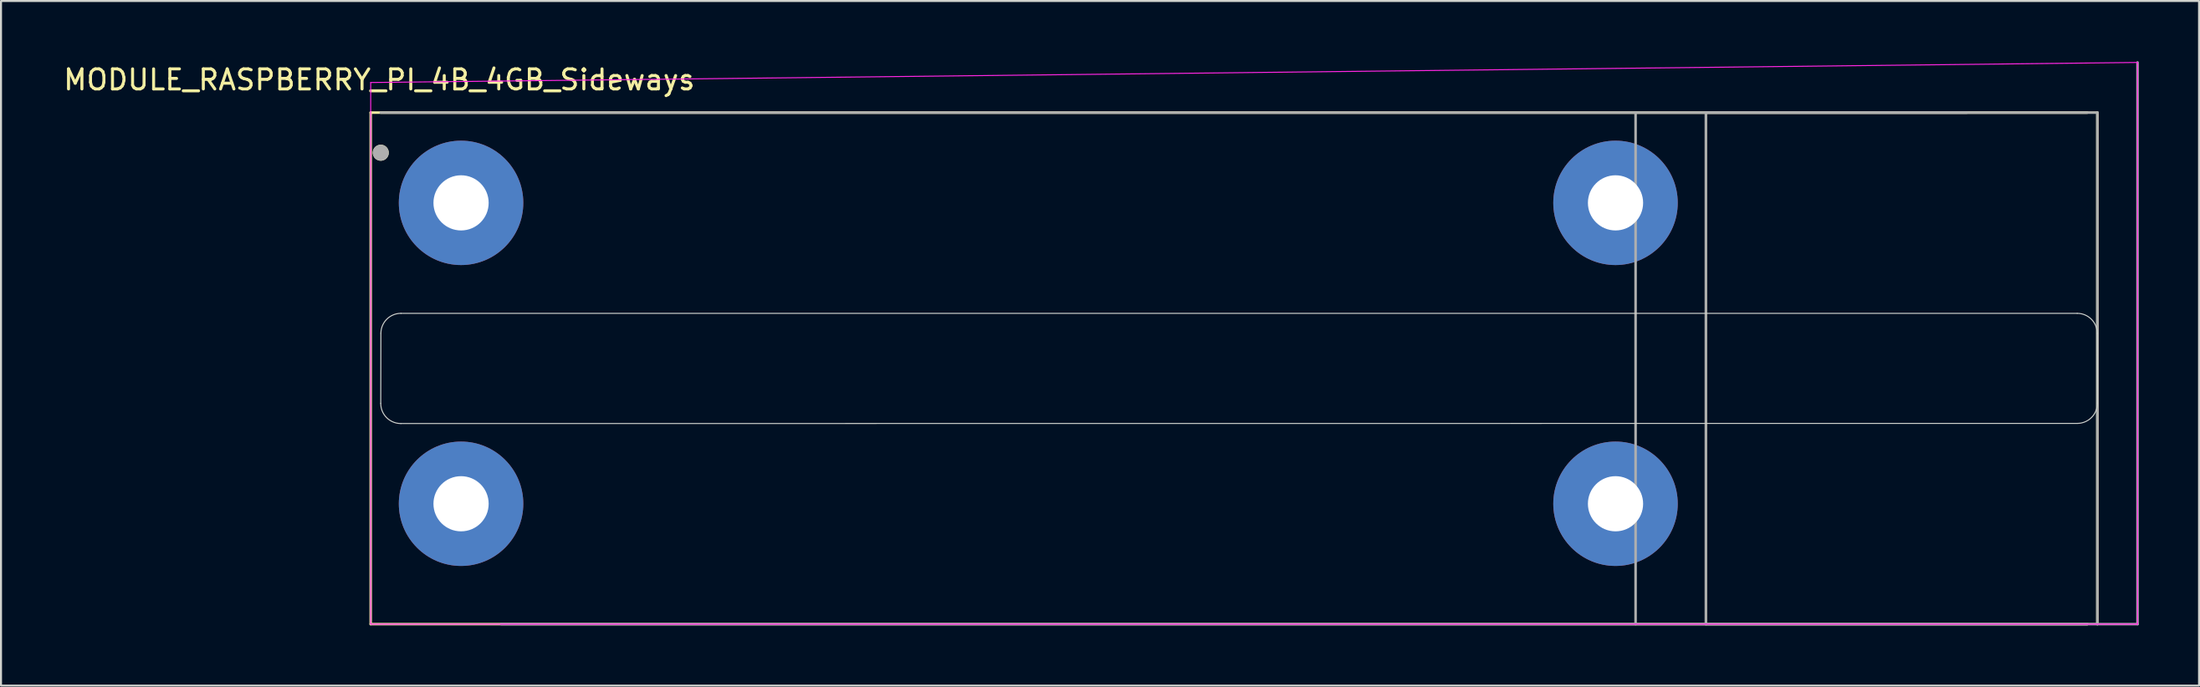
<source format=kicad_pcb>
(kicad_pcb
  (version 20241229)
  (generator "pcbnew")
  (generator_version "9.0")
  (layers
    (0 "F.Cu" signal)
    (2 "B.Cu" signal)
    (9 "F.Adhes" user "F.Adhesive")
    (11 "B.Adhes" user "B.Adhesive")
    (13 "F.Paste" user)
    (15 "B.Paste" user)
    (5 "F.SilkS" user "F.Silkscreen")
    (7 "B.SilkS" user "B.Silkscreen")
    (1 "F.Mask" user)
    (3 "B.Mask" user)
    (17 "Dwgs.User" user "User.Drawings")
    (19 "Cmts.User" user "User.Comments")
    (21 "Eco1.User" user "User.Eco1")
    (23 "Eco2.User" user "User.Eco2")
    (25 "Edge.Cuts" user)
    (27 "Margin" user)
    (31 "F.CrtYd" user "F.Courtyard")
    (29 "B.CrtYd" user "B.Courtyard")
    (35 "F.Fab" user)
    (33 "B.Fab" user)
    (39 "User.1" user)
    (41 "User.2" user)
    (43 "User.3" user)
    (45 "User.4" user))
  (footprint "MODULE_RASPBERRY_PI_4B_4GB_Sideways"
    (layer "F.Cu")
    (at 58.414 15.563)
    (property "Reference" "MODULE_RASPBERRY_PI_4B_4GB_Sideways" (at -42.575 -14.635 0) (layer "F.SilkS") (effects (font (size 1 1) (thickness 0.15))))
    (attr through_hole)
    (fp_line (start -43 -13) (end -43 12.5) (stroke (width 0.127) (type solid)) (layer "F.SilkS"))
    (fp_line (start -43 12.5) (end 42.5 12.5) (stroke (width 0.127) (type solid)) (layer "F.SilkS"))
    (fp_line (start 42.5 -13) (end -43 -13) (stroke (width 0.127) (type solid)) (layer "F.SilkS"))
    (fp_line (start 43 12.5) (end 43 -13) (stroke (width 0.127) (type solid)) (layer "F.SilkS"))
    (fp_rect (start 23.5 -13) (end 43 12.5) (stroke (width 0.1) (type default)) (fill no) (layer "F.SilkS"))
    (fp_circle (center -42.5 -11) (end -42.3 -11) (stroke (width 0.4) (type solid)) (fill no) (layer "F.SilkS"))
    (fp_line (start -42.5 1.5) (end -42.493 -1.993) (stroke (width 0.05) (type solid)) (layer "Edge.Cuts"))
    (fp_line (start 41.993 -2.993) (end -41.493 -2.993) (stroke (width 0.05) (type solid)) (layer "Edge.Cuts"))
    (fp_line (start 41.993 2.493) (end -41.5 2.5) (stroke (width 0.05) (type solid)) (layer "Edge.Cuts"))
    (fp_line (start 43 1.493) (end 42.993 -1.993) (stroke (width 0.05) (type solid)) (layer "Edge.Cuts"))
    (fp_arc (start -42.492893 -1.992893) (mid -42.2 -2.7) (end -41.492893 -2.992893) (stroke (width 0.05) (type solid)) (layer "Edge.Cuts"))
    (fp_arc (start -41.5 2.5) (mid -42.207107 2.207107) (end -42.5 1.5) (stroke (width 0.05) (type solid)) (layer "Edge.Cuts"))
    (fp_arc (start 41.992893 -2.992893) (mid 42.7 -2.7) (end 42.992893 -1.992893) (stroke (width 0.05) (type solid)) (layer "Edge.Cuts"))
    (fp_arc (start 43 1.492893) (mid 42.707107 2.2) (end 42 2.492893) (stroke (width 0.05) (type solid)) (layer "Edge.Cuts"))
    (fp_line (start -43 -14.5) (end 45 -15.5) (stroke (width 0.05) (type solid)) (layer "F.CrtYd"))
    (fp_line (start -43 12.5) (end -43 -14.5) (stroke (width 0.05) (type solid)) (layer "F.CrtYd"))
    (fp_line (start 45 -15.5) (end 45 12.505) (stroke (width 0.05) (type solid)) (layer "F.CrtYd"))
    (fp_line (start 45 12.5) (end -43 12.5) (stroke (width 0.05) (type solid)) (layer "F.CrtYd"))
    (fp_line (start -36.5 12.5) (end 42.5 12.5) (stroke (width 0.127) (type solid)) (layer "F.Fab"))
    (fp_line (start 20 -13) (end 20 12.5) (stroke (width 0.127) (type solid)) (layer "F.Fab"))
    (fp_line (start 23.5 -13) (end 23.5 12.5) (stroke (width 0.127) (type solid)) (layer "F.Fab"))
    (fp_line (start 23.5 12.5) (end 45 12.5) (stroke (width 0.127) (type solid)) (layer "F.Fab"))
    (fp_line (start 36.5 -13) (end -42.5 -13) (stroke (width 0.127) (type solid)) (layer "F.Fab"))
    (fp_line (start 43 -13) (end 23.5 -13) (stroke (width 0.127) (type solid)) (layer "F.Fab"))
    (fp_line (start 43 12.5) (end 43 -13) (stroke (width 0.127) (type solid)) (layer "F.Fab"))
    (fp_line (start 45 12.5) (end 45 -15.5) (stroke (width 0.127) (type solid)) (layer "F.Fab"))
    (fp_circle (center -42.5 -11) (end -42.3 -11) (stroke (width 0.4) (type solid)) (fill no) (layer "F.Fab"))
    (pad "S1" thru_hole circle (at -38.5 -8.5) (size 6.2 6.2) (drill 2.75) (layers "*.Cu" "*.Mask"))
    (pad "S2" thru_hole circle (at 19 -8.5) (size 6.2 6.2) (drill 2.75) (layers "*.Cu" "*.Mask"))
    (pad "S3" thru_hole circle (at -38.5 6.5) (size 6.2 6.2) (drill 2.75) (layers "*.Cu" "*.Mask"))
    (pad "S3" thru_hole circle (at 19 6.5) (size 6.2 6.2) (drill 2.75) (layers "*.Cu" "*.Mask")))
  (gr_rect
    (start -3 -3)
    (end 106.478 31.127)
    (stroke (width 0.1) (type default))
    (fill no)
    (layer "Edge.Cuts")))
</source>
